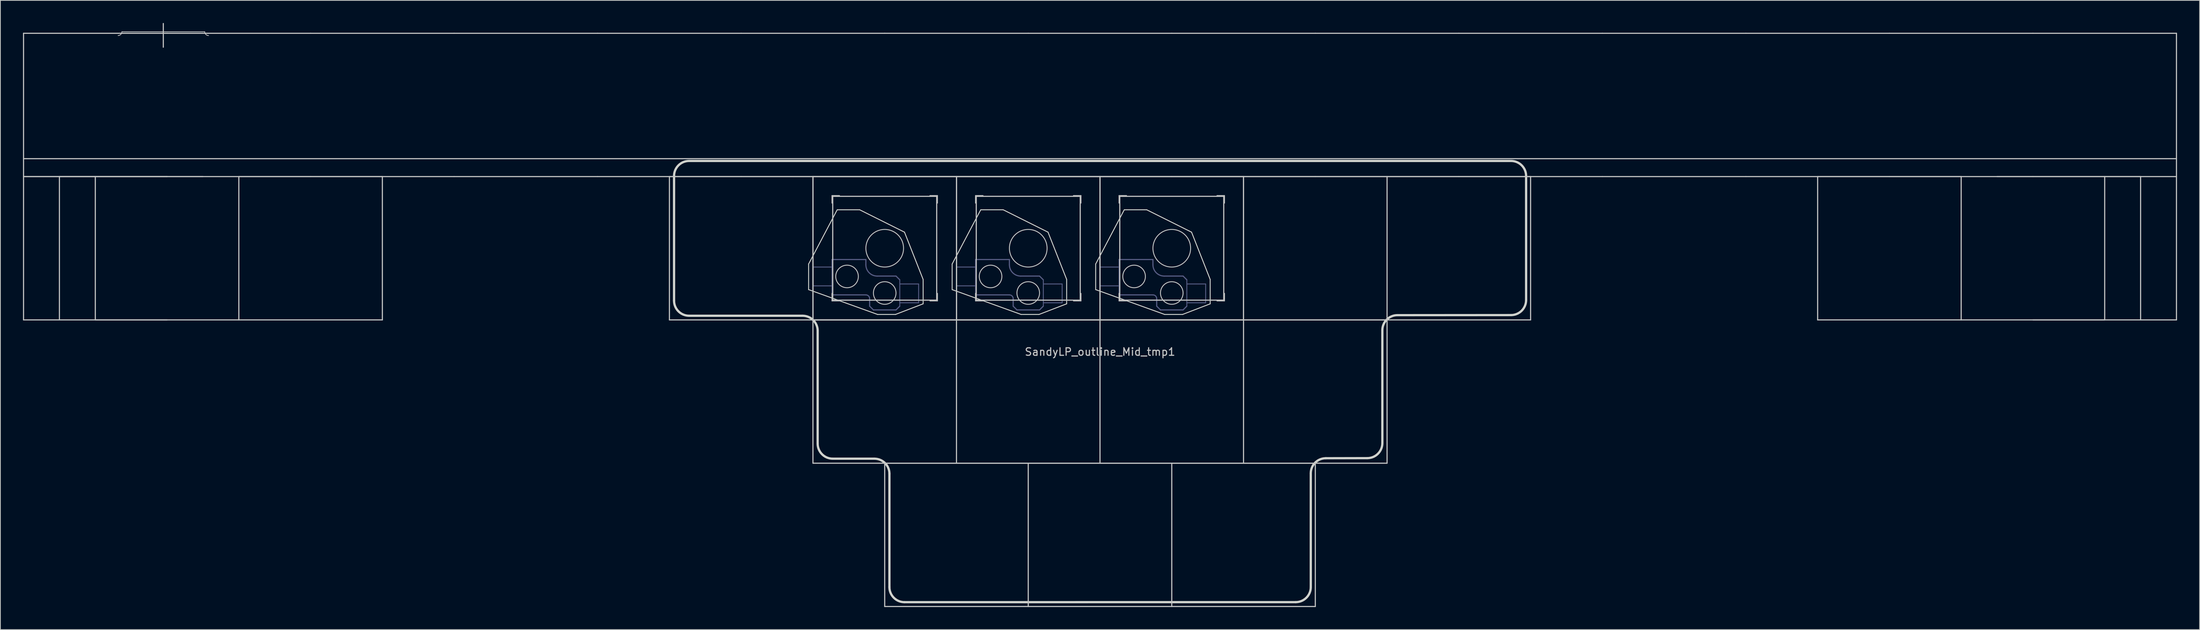
<source format=kicad_pcb>
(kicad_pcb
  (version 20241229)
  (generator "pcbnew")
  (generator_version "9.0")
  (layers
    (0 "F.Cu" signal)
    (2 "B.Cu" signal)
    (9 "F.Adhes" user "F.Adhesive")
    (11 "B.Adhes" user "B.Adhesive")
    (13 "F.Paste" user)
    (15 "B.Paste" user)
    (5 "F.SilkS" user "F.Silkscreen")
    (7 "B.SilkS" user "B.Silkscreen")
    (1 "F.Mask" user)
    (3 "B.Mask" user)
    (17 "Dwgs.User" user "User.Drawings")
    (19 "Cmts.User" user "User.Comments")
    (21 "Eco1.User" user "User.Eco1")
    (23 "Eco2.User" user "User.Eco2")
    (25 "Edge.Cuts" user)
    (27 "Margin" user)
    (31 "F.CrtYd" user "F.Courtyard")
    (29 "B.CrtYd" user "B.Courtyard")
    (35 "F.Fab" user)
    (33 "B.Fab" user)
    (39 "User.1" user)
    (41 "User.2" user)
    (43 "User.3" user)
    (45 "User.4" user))
  (footprint "SandyLP_outline_Mid_tmp1"
    (layer "F.Cu")
    (at 142.95 39.475)
    (property "Reference" "SandyLP_outline_Mid_tmp1" (at 0 4.25 0) (layer "Dwgs.User") (effects (font (size 1 1) (thickness 0.15))))
    (attr through_hole)
    (fp_line (start -142.875 -38.1) (end -123.825 -38.1) (stroke (width 0.15) (type solid)) (layer "Dwgs.User"))
    (fp_line (start -142.875 -19.05) (end -142.875 -38.1) (stroke (width 0.15) (type solid)) (layer "Dwgs.User"))
    (fp_line (start -142.875 -19.05) (end -142.875 0) (stroke (width 0.15) (type solid)) (layer "Dwgs.User"))
    (fp_line (start -138.113 -19.05) (end -119.062 -19.05) (stroke (width 0.15) (type solid)) (layer "Dwgs.User"))
    (fp_line (start -138.113 0) (end -138.113 -19.05) (stroke (width 0.15) (type solid)) (layer "Dwgs.User"))
    (fp_line (start -133.35 0) (end -133.35 -19.05) (stroke (width 0.15) (type solid)) (layer "Dwgs.User"))
    (fp_line (start -129.825 -38.3) (end -118.825 -38.3) (stroke (width 0.1) (type solid)) (layer "Dwgs.User"))
    (fp_line (start -124.325 -39.4) (end -124.325 -36.25) (stroke (width 0.15) (type solid)) (layer "Dwgs.User"))
    (fp_line (start -123.825 -38.1) (end -104.775 -38.1) (stroke (width 0.15) (type solid)) (layer "Dwgs.User"))
    (fp_line (start -123.825 -19.05) (end -142.875 -19.05) (stroke (width 0.15) (type solid)) (layer "Dwgs.User"))
    (fp_line (start -123.825 -19.05) (end -142.875 -19.05) (stroke (width 0.15) (type solid)) (layer "Dwgs.User"))
    (fp_line (start -123.825 0) (end -142.875 0) (stroke (width 0.15) (type solid)) (layer "Dwgs.User"))
    (fp_line (start -114.3 -19.05) (end -95.25 -19.05) (stroke (width 0.15) (type solid)) (layer "Dwgs.User"))
    (fp_line (start -114.3 0) (end -133.35 0) (stroke (width 0.15) (type solid)) (layer "Dwgs.User"))
    (fp_line (start -114.3 0) (end -114.3 -19.05) (stroke (width 0.15) (type solid)) (layer "Dwgs.User"))
    (fp_line (start -104.775 -38.1) (end -85.725 -38.1) (stroke (width 0.15) (type solid)) (layer "Dwgs.User"))
    (fp_line (start -104.775 -19.05) (end -123.825 -19.05) (stroke (width 0.15) (type solid)) (layer "Dwgs.User"))
    (fp_line (start -95.25 -19.05) (end -95.25 0) (stroke (width 0.15) (type solid)) (layer "Dwgs.User"))
    (fp_line (start -95.25 0) (end -114.3 0) (stroke (width 0.15) (type solid)) (layer "Dwgs.User"))
    (fp_line (start -85.725 -38.1) (end -66.675 -38.1) (stroke (width 0.15) (type solid)) (layer "Dwgs.User"))
    (fp_line (start -85.725 -19.05) (end -104.775 -19.05) (stroke (width 0.15) (type solid)) (layer "Dwgs.User"))
    (fp_line (start -66.675 -38.1) (end -47.625 -38.1) (stroke (width 0.15) (type solid)) (layer "Dwgs.User"))
    (fp_line (start -66.675 -19.05) (end -85.725 -19.05) (stroke (width 0.15) (type solid)) (layer "Dwgs.User"))
    (fp_line (start -57.15 -19.05) (end -38.1 -19.05) (stroke (width 0.15) (type solid)) (layer "Dwgs.User"))
    (fp_line (start -57.15 0) (end -57.15 -19.05) (stroke (width 0.15) (type solid)) (layer "Dwgs.User"))
    (fp_line (start -47.625 -38.1) (end -28.575 -38.1) (stroke (width 0.15) (type solid)) (layer "Dwgs.User"))
    (fp_line (start -47.625 -19.05) (end -66.675 -19.05) (stroke (width 0.15) (type solid)) (layer "Dwgs.User"))
    (fp_line (start -38.1 -19.05) (end -19.05 -19.05) (stroke (width 0.15) (type solid)) (layer "Dwgs.User"))
    (fp_line (start -38.1 -19.05) (end -19.05 -19.05) (stroke (width 0.15) (type solid)) (layer "Dwgs.User"))
    (fp_line (start -38.1 0) (end -57.15 0) (stroke (width 0.15) (type solid)) (layer "Dwgs.User"))
    (fp_line (start -38.1 0) (end -38.1 -19.05) (stroke (width 0.15) (type solid)) (layer "Dwgs.User"))
    (fp_line (start -38.1 0) (end -38.1 -19.05) (stroke (width 0.15) (type solid)) (layer "Dwgs.User"))
    (fp_line (start -38.1 0) (end -19.05 0) (stroke (width 0.15) (type solid)) (layer "Dwgs.User"))
    (fp_line (start -38.1 19.05) (end -38.1 0) (stroke (width 0.15) (type solid)) (layer "Dwgs.User"))
    (fp_line (start -35.575 -16.525) (end -35.575 -15.525) (stroke (width 0.12) (type solid)) (layer "Dwgs.User"))
    (fp_line (start -35.575 -16.525) (end -34.575 -16.525) (stroke (width 0.12) (type solid)) (layer "Dwgs.User"))
    (fp_line (start -35.575 -2.525) (end -35.575 -3.525) (stroke (width 0.12) (type solid)) (layer "Dwgs.User"))
    (fp_line (start -35.575 -2.525) (end -34.575 -2.525) (stroke (width 0.12) (type solid)) (layer "Dwgs.User"))
    (fp_line (start -35.475 -2.625) (end -35.475 -16.425) (stroke (width 0.15) (type solid)) (layer "Dwgs.User"))
    (fp_line (start -35.475 -2.625) (end -21.675 -2.625) (stroke (width 0.15) (type solid)) (layer "Dwgs.User"))
    (fp_line (start -28.575 -38.1) (end -9.525 -38.1) (stroke (width 0.15) (type solid)) (layer "Dwgs.User"))
    (fp_line (start -28.575 -19.05) (end -47.625 -19.05) (stroke (width 0.15) (type solid)) (layer "Dwgs.User"))
    (fp_line (start -28.575 19.05) (end -9.525 19.05) (stroke (width 0.15) (type solid)) (layer "Dwgs.User"))
    (fp_line (start -28.575 38.1) (end -28.575 19.05) (stroke (width 0.15) (type solid)) (layer "Dwgs.User"))
    (fp_line (start -21.675 -16.425) (end -35.475 -16.425) (stroke (width 0.15) (type solid)) (layer "Dwgs.User"))
    (fp_line (start -21.675 -16.425) (end -21.675 -2.625) (stroke (width 0.15) (type solid)) (layer "Dwgs.User"))
    (fp_line (start -21.575 -16.525) (end -22.575 -16.525) (stroke (width 0.12) (type solid)) (layer "Dwgs.User"))
    (fp_line (start -21.575 -16.525) (end -21.575 -15.525) (stroke (width 0.12) (type solid)) (layer "Dwgs.User"))
    (fp_line (start -21.575 -2.525) (end -22.575 -2.525) (stroke (width 0.12) (type solid)) (layer "Dwgs.User"))
    (fp_line (start -21.575 -2.525) (end -21.575 -3.525) (stroke (width 0.12) (type solid)) (layer "Dwgs.User"))
    (fp_line (start -19.05 -19.05) (end -19.05 0) (stroke (width 0.15) (type solid)) (layer "Dwgs.User"))
    (fp_line (start -19.05 -19.05) (end -19.05 0) (stroke (width 0.15) (type solid)) (layer "Dwgs.User"))
    (fp_line (start -19.05 -19.05) (end 0 -19.05) (stroke (width 0.15) (type solid)) (layer "Dwgs.User"))
    (fp_line (start -19.05 -19.05) (end 0 -19.05) (stroke (width 0.15) (type solid)) (layer "Dwgs.User"))
    (fp_line (start -19.05 0) (end -38.1 0) (stroke (width 0.15) (type solid)) (layer "Dwgs.User"))
    (fp_line (start -19.05 0) (end -38.1 0) (stroke (width 0.15) (type solid)) (layer "Dwgs.User"))
    (fp_line (start -19.05 0) (end -19.05 -19.05) (stroke (width 0.15) (type solid)) (layer "Dwgs.User"))
    (fp_line (start -19.05 0) (end 0 0) (stroke (width 0.15) (type solid)) (layer "Dwgs.User"))
    (fp_line (start -19.05 19.05) (end -38.1 19.05) (stroke (width 0.15) (type solid)) (layer "Dwgs.User"))
    (fp_line (start -19.05 19.05) (end -19.05 0) (stroke (width 0.15) (type solid)) (layer "Dwgs.User"))
    (fp_line (start -16.525 -16.525) (end -16.525 -15.525) (stroke (width 0.12) (type solid)) (layer "Dwgs.User"))
    (fp_line (start -16.525 -16.525) (end -15.525 -16.525) (stroke (width 0.12) (type solid)) (layer "Dwgs.User"))
    (fp_line (start -16.525 -2.525) (end -16.525 -3.525) (stroke (width 0.12) (type solid)) (layer "Dwgs.User"))
    (fp_line (start -16.525 -2.525) (end -15.525 -2.525) (stroke (width 0.12) (type solid)) (layer "Dwgs.User"))
    (fp_line (start -16.425 -2.625) (end -16.425 -16.425) (stroke (width 0.15) (type solid)) (layer "Dwgs.User"))
    (fp_line (start -16.425 -2.625) (end -2.625 -2.625) (stroke (width 0.15) (type solid)) (layer "Dwgs.User"))
    (fp_line (start -9.525 -38.1) (end 9.525 -38.1) (stroke (width 0.15) (type solid)) (layer "Dwgs.User"))
    (fp_line (start -9.525 -19.05) (end -28.575 -19.05) (stroke (width 0.15) (type solid)) (layer "Dwgs.User"))
    (fp_line (start -9.525 19.05) (end 9.525 19.05) (stroke (width 0.15) (type solid)) (layer "Dwgs.User"))
    (fp_line (start -9.525 38.1) (end -28.575 38.1) (stroke (width 0.15) (type solid)) (layer "Dwgs.User"))
    (fp_line (start -9.525 38.1) (end -9.525 19.05) (stroke (width 0.15) (type solid)) (layer "Dwgs.User"))
    (fp_line (start -2.625 -16.425) (end -16.425 -16.425) (stroke (width 0.15) (type solid)) (layer "Dwgs.User"))
    (fp_line (start -2.625 -16.425) (end -2.625 -2.625) (stroke (width 0.15) (type solid)) (layer "Dwgs.User"))
    (fp_line (start -2.525 -16.525) (end -3.525 -16.525) (stroke (width 0.12) (type solid)) (layer "Dwgs.User"))
    (fp_line (start -2.525 -16.525) (end -2.525 -15.525) (stroke (width 0.12) (type solid)) (layer "Dwgs.User"))
    (fp_line (start -2.525 -2.525) (end -3.525 -2.525) (stroke (width 0.12) (type solid)) (layer "Dwgs.User"))
    (fp_line (start -2.525 -2.525) (end -2.525 -3.525) (stroke (width 0.12) (type solid)) (layer "Dwgs.User"))
    (fp_line (start 0 -19.05) (end 0 0) (stroke (width 0.15) (type solid)) (layer "Dwgs.User"))
    (fp_line (start 0 -19.05) (end 0 0) (stroke (width 0.15) (type solid)) (layer "Dwgs.User"))
    (fp_line (start 0 -19.05) (end 19.05 -19.05) (stroke (width 0.15) (type solid)) (layer "Dwgs.User"))
    (fp_line (start 0 -19.05) (end 19.05 -19.05) (stroke (width 0.15) (type solid)) (layer "Dwgs.User"))
    (fp_line (start 0 0) (end -19.05 0) (stroke (width 0.15) (type solid)) (layer "Dwgs.User"))
    (fp_line (start 0 0) (end -19.05 0) (stroke (width 0.15) (type solid)) (layer "Dwgs.User"))
    (fp_line (start 0 0) (end 0 -19.05) (stroke (width 0.15) (type solid)) (layer "Dwgs.User"))
    (fp_line (start 0 0) (end 19.05 0) (stroke (width 0.15) (type solid)) (layer "Dwgs.User"))
    (fp_line (start 0 19.05) (end -19.05 19.05) (stroke (width 0.15) (type solid)) (layer "Dwgs.User"))
    (fp_line (start 0 19.05) (end 0 0) (stroke (width 0.15) (type solid)) (layer "Dwgs.User"))
    (fp_line (start 2.525 -16.525) (end 2.525 -15.525) (stroke (width 0.12) (type solid)) (layer "Dwgs.User"))
    (fp_line (start 2.525 -16.525) (end 3.525 -16.525) (stroke (width 0.12) (type solid)) (layer "Dwgs.User"))
    (fp_line (start 2.525 -2.525) (end 2.525 -3.525) (stroke (width 0.12) (type solid)) (layer "Dwgs.User"))
    (fp_line (start 2.525 -2.525) (end 3.525 -2.525) (stroke (width 0.12) (type solid)) (layer "Dwgs.User"))
    (fp_line (start 2.625 -2.625) (end 2.625 -16.425) (stroke (width 0.15) (type solid)) (layer "Dwgs.User"))
    (fp_line (start 2.625 -2.625) (end 16.425 -2.625) (stroke (width 0.15) (type solid)) (layer "Dwgs.User"))
    (fp_line (start 9.525 -38.1) (end 28.575 -38.1) (stroke (width 0.15) (type solid)) (layer "Dwgs.User"))
    (fp_line (start 9.525 -19.05) (end -9.525 -19.05) (stroke (width 0.15) (type solid)) (layer "Dwgs.User"))
    (fp_line (start 9.525 19.05) (end 28.575 19.05) (stroke (width 0.15) (type solid)) (layer "Dwgs.User"))
    (fp_line (start 9.525 38.1) (end -9.525 38.1) (stroke (width 0.15) (type solid)) (layer "Dwgs.User"))
    (fp_line (start 9.525 38.1) (end 9.525 19.05) (stroke (width 0.15) (type solid)) (layer "Dwgs.User"))
    (fp_line (start 16.425 -16.425) (end 2.625 -16.425) (stroke (width 0.15) (type solid)) (layer "Dwgs.User"))
    (fp_line (start 16.425 -16.425) (end 16.425 -2.625) (stroke (width 0.15) (type solid)) (layer "Dwgs.User"))
    (fp_line (start 16.525 -16.525) (end 15.525 -16.525) (stroke (width 0.12) (type solid)) (layer "Dwgs.User"))
    (fp_line (start 16.525 -16.525) (end 16.525 -15.525) (stroke (width 0.12) (type solid)) (layer "Dwgs.User"))
    (fp_line (start 16.525 -2.525) (end 15.525 -2.525) (stroke (width 0.12) (type solid)) (layer "Dwgs.User"))
    (fp_line (start 16.525 -2.525) (end 16.525 -3.525) (stroke (width 0.12) (type solid)) (layer "Dwgs.User"))
    (fp_line (start 19.05 -19.05) (end 19.05 0) (stroke (width 0.15) (type solid)) (layer "Dwgs.User"))
    (fp_line (start 19.05 -19.05) (end 38.1 -19.05) (stroke (width 0.15) (type solid)) (layer "Dwgs.User"))
    (fp_line (start 19.05 0) (end 0 0) (stroke (width 0.15) (type solid)) (layer "Dwgs.User"))
    (fp_line (start 19.05 0) (end 0 0) (stroke (width 0.15) (type solid)) (layer "Dwgs.User"))
    (fp_line (start 19.05 0) (end 19.05 -19.05) (stroke (width 0.15) (type solid)) (layer "Dwgs.User"))
    (fp_line (start 19.05 0) (end 38.1 0) (stroke (width 0.15) (type solid)) (layer "Dwgs.User"))
    (fp_line (start 19.05 19.05) (end 0 19.05) (stroke (width 0.15) (type solid)) (layer "Dwgs.User"))
    (fp_line (start 19.05 19.05) (end 19.05 0) (stroke (width 0.15) (type solid)) (layer "Dwgs.User"))
    (fp_line (start 28.575 -38.1) (end 47.625 -38.1) (stroke (width 0.15) (type solid)) (layer "Dwgs.User"))
    (fp_line (start 28.575 -19.05) (end 9.525 -19.05) (stroke (width 0.15) (type solid)) (layer "Dwgs.User"))
    (fp_line (start 28.575 19.05) (end 28.575 38.1) (stroke (width 0.15) (type solid)) (layer "Dwgs.User"))
    (fp_line (start 28.575 38.1) (end 9.525 38.1) (stroke (width 0.15) (type solid)) (layer "Dwgs.User"))
    (fp_line (start 38.1 -19.05) (end 38.1 0) (stroke (width 0.15) (type solid)) (layer "Dwgs.User"))
    (fp_line (start 38.1 -19.05) (end 57.15 -19.05) (stroke (width 0.15) (type solid)) (layer "Dwgs.User"))
    (fp_line (start 38.1 0) (end 19.05 0) (stroke (width 0.15) (type solid)) (layer "Dwgs.User"))
    (fp_line (start 38.1 0) (end 38.1 19.05) (stroke (width 0.15) (type solid)) (layer "Dwgs.User"))
    (fp_line (start 38.1 19.05) (end 19.05 19.05) (stroke (width 0.15) (type solid)) (layer "Dwgs.User"))
    (fp_line (start 47.625 -38.1) (end 66.675 -38.1) (stroke (width 0.15) (type solid)) (layer "Dwgs.User"))
    (fp_line (start 47.625 -19.05) (end 28.575 -19.05) (stroke (width 0.15) (type solid)) (layer "Dwgs.User"))
    (fp_line (start 57.15 -19.05) (end 57.15 0) (stroke (width 0.15) (type solid)) (layer "Dwgs.User"))
    (fp_line (start 57.15 0) (end 38.1 0) (stroke (width 0.15) (type solid)) (layer "Dwgs.User"))
    (fp_line (start 66.675 -38.1) (end 85.725 -38.1) (stroke (width 0.15) (type solid)) (layer "Dwgs.User"))
    (fp_line (start 66.675 -19.05) (end 47.625 -19.05) (stroke (width 0.15) (type solid)) (layer "Dwgs.User"))
    (fp_line (start 85.725 -38.1) (end 104.775 -38.1) (stroke (width 0.15) (type solid)) (layer "Dwgs.User"))
    (fp_line (start 85.725 -19.05) (end 66.675 -19.05) (stroke (width 0.15) (type solid)) (layer "Dwgs.User"))
    (fp_line (start 95.25 -19.05) (end 114.3 -19.05) (stroke (width 0.15) (type solid)) (layer "Dwgs.User"))
    (fp_line (start 95.25 0) (end 95.25 -19.05) (stroke (width 0.15) (type solid)) (layer "Dwgs.User"))
    (fp_line (start 104.775 -38.1) (end 123.825 -38.1) (stroke (width 0.15) (type solid)) (layer "Dwgs.User"))
    (fp_line (start 104.775 -19.05) (end 85.725 -19.05) (stroke (width 0.15) (type solid)) (layer "Dwgs.User"))
    (fp_line (start 114.3 -19.05) (end 114.3 0) (stroke (width 0.15) (type solid)) (layer "Dwgs.User"))
    (fp_line (start 114.3 0) (end 95.25 0) (stroke (width 0.15) (type solid)) (layer "Dwgs.User"))
    (fp_line (start 119.062 -19.05) (end 138.113 -19.05) (stroke (width 0.15) (type solid)) (layer "Dwgs.User"))
    (fp_line (start 123.825 -38.1) (end 142.875 -38.1) (stroke (width 0.15) (type solid)) (layer "Dwgs.User"))
    (fp_line (start 123.825 -19.05) (end 104.775 -19.05) (stroke (width 0.15) (type solid)) (layer "Dwgs.User"))
    (fp_line (start 133.35 0) (end 114.3 0) (stroke (width 0.15) (type solid)) (layer "Dwgs.User"))
    (fp_line (start 133.35 0) (end 133.35 -19.05) (stroke (width 0.15) (type solid)) (layer "Dwgs.User"))
    (fp_line (start 138.113 0) (end 138.113 -19.05) (stroke (width 0.15) (type solid)) (layer "Dwgs.User"))
    (fp_line (start 142.875 -38.1) (end 142.875 -19.05) (stroke (width 0.15) (type solid)) (layer "Dwgs.User"))
    (fp_line (start 142.875 -21.431) (end -142.875 -21.431) (stroke (width 0.15) (type solid)) (layer "Dwgs.User"))
    (fp_line (start 142.875 -19.05) (end 123.825 -19.05) (stroke (width 0.15) (type solid)) (layer "Dwgs.User"))
    (fp_line (start 142.875 -19.05) (end 142.875 0) (stroke (width 0.15) (type solid)) (layer "Dwgs.User"))
    (fp_line (start 142.875 0) (end 123.825 0) (stroke (width 0.15) (type solid)) (layer "Dwgs.User"))
    (fp_arc (start -129.825 -38.30004) (mid -129.971447 -37.946487) (end -130.325 -37.80004) (stroke (width 0.1) (type solid)) (layer "Dwgs.User"))
    (fp_arc (start -118.325 -37.80004) (mid -118.678553 -37.946487) (end -118.825 -38.30004) (stroke (width 0.1) (type solid)) (layer "Dwgs.User"))
    (fp_circle (center -33.575 -5.775) (end -32.075 -5.775) (stroke (width 0.12) (type default)) (fill no) (layer "Dwgs.User"))
    (fp_circle (center -28.575 -9.525) (end -26.075 -9.525) (stroke (width 0.12) (type default)) (fill no) (layer "Dwgs.User"))
    (fp_circle (center -28.575 -3.575) (end -27.075 -3.575) (stroke (width 0.12) (type default)) (fill no) (layer "Dwgs.User"))
    (fp_circle (center -14.525 -5.775) (end -13.025 -5.775) (stroke (width 0.12) (type default)) (fill no) (layer "Dwgs.User"))
    (fp_circle (center -9.525 -9.525) (end -7.025 -9.525) (stroke (width 0.12) (type default)) (fill no) (layer "Dwgs.User"))
    (fp_circle (center -9.525 -3.575) (end -8.025 -3.575) (stroke (width 0.12) (type default)) (fill no) (layer "Dwgs.User"))
    (fp_circle (center 4.525 -5.775) (end 6.025 -5.775) (stroke (width 0.12) (type default)) (fill no) (layer "Dwgs.User"))
    (fp_circle (center 9.525 -9.525) (end 12.025 -9.525) (stroke (width 0.12) (type default)) (fill no) (layer "Dwgs.User"))
    (fp_circle (center 9.525 -3.575) (end 11.025 -3.575) (stroke (width 0.12) (type default)) (fill no) (layer "Dwgs.User"))
    (fp_line (start -138.144 -2.628) (end -138.144 -19.146) (stroke (width 0.3) (type solid)) (layer "Eco2.User"))
    (fp_line (start -136.144 -21.146) (end -97.845 -21.146) (stroke (width 0.3) (type solid)) (layer "Eco2.User"))
    (fp_line (start -136.144 -0.628) (end -97.855 -0.614) (stroke (width 0.3) (type solid)) (layer "Eco2.User"))
    (fp_line (start -95.855 -2.614) (end -95.845 -19.146) (stroke (width 0.3) (type solid)) (layer "Eco2.User"))
    (fp_line (start 95.805 -2.643) (end 95.805 -19.146) (stroke (width 0.3) (type solid)) (layer "Eco2.User"))
    (fp_line (start 97.805 -21.146) (end 135.722 -21.146) (stroke (width 0.3) (type solid)) (layer "Eco2.User"))
    (fp_line (start 97.805 -0.643) (end 135.713 -0.628) (stroke (width 0.3) (type solid)) (layer "Eco2.User"))
    (fp_line (start 137.713 -2.628) (end 137.722 -19.146) (stroke (width 0.3) (type solid)) (layer "Eco2.User"))
    (fp_arc (start -138.14375 -19.145504) (mid -137.557964 -20.559718) (end -136.14375 -21.145504) (stroke (width 0.3) (type solid)) (layer "Eco2.User"))
    (fp_arc (start -136.14375 -0.628468) (mid -137.557964 -1.214254) (end -138.14375 -2.628468) (stroke (width 0.3) (type solid)) (layer "Eco2.User"))
    (fp_arc (start -97.845 -21.145504) (mid -96.430774 -20.55973) (end -95.845 -19.145504) (stroke (width 0.3) (type solid)) (layer "Eco2.User"))
    (fp_arc (start -95.855 -2.614254) (mid -96.440786 -1.20004) (end -97.855 -0.614254) (stroke (width 0.3) (type solid)) (layer "Eco2.User"))
    (fp_arc (start 95.805 -19.145504) (mid 96.39077 -20.559747) (end 97.805 -21.145504) (stroke (width 0.3) (type solid)) (layer "Eco2.User"))
    (fp_arc (start 97.805 -0.642682) (mid 96.390786 -1.228468) (end 95.805 -2.642682) (stroke (width 0.3) (type solid)) (layer "Eco2.User"))
    (fp_arc (start 135.7225 -21.145504) (mid 137.136697 -20.559715) (end 137.7225 -19.145504) (stroke (width 0.3) (type solid)) (layer "Eco2.User"))
    (fp_arc (start 137.7125 -2.628468) (mid 137.126702 -1.214275) (end 135.7125 -0.628468) (stroke (width 0.3) (type solid)) (layer "Eco2.User"))
    (fp_line (start -56.535 -2.55) (end -56.535 -19.131) (stroke (width 0.3) (type solid)) (layer "Edge.Cuts"))
    (fp_line (start -54.535 -0.55) (end -39.475 -0.55) (stroke (width 0.3) (type solid)) (layer "Edge.Cuts"))
    (fp_line (start -38.675 -7.425) (end -34.88 -14.639) (stroke (width 0.12) (type default)) (layer "Edge.Cuts"))
    (fp_line (start -38.675 -4.025) (end -38.675 -7.425) (stroke (width 0.12) (type default)) (layer "Edge.Cuts"))
    (fp_line (start -37.475 16.45) (end -37.475 1.45) (stroke (width 0.3) (type solid)) (layer "Edge.Cuts"))
    (fp_line (start -35.475 18.45) (end -29.95 18.45) (stroke (width 0.3) (type solid)) (layer "Edge.Cuts"))
    (fp_line (start -34.88 -14.639) (end -31.903 -14.639) (stroke (width 0.12) (type default)) (layer "Edge.Cuts"))
    (fp_line (start -31.903 -14.639) (end -25.95 -11.662) (stroke (width 0.12) (type default)) (layer "Edge.Cuts"))
    (fp_line (start -29.522 -0.725) (end -38.675 -4.025) (stroke (width 0.12) (type default)) (layer "Edge.Cuts"))
    (fp_line (start -27.95 35.525) (end -27.95 20.45) (stroke (width 0.3) (type solid)) (layer "Edge.Cuts"))
    (fp_line (start -27.141 -0.725) (end -29.522 -0.725) (stroke (width 0.12) (type default)) (layer "Edge.Cuts"))
    (fp_line (start -27.141 -0.725) (end -23.475 -2.137) (stroke (width 0.12) (type default)) (layer "Edge.Cuts"))
    (fp_line (start -25.95 37.525) (end 25.975 37.521) (stroke (width 0.3) (type solid)) (layer "Edge.Cuts"))
    (fp_line (start -25.95 -11.662) (end -23.475 -5.375) (stroke (width 0.12) (type default)) (layer "Edge.Cuts"))
    (fp_line (start -23.475 -5.375) (end -23.475 -2.137) (stroke (width 0.12) (type default)) (layer "Edge.Cuts"))
    (fp_line (start -19.625 -7.425) (end -15.83 -14.639) (stroke (width 0.12) (type default)) (layer "Edge.Cuts"))
    (fp_line (start -19.625 -4.025) (end -19.625 -7.425) (stroke (width 0.12) (type default)) (layer "Edge.Cuts"))
    (fp_line (start -15.83 -14.639) (end -12.853 -14.639) (stroke (width 0.12) (type default)) (layer "Edge.Cuts"))
    (fp_line (start -12.853 -14.639) (end -6.9 -11.662) (stroke (width 0.12) (type default)) (layer "Edge.Cuts"))
    (fp_line (start -10.472 -0.725) (end -19.625 -4.025) (stroke (width 0.12) (type default)) (layer "Edge.Cuts"))
    (fp_line (start -8.091 -0.725) (end -10.472 -0.725) (stroke (width 0.12) (type default)) (layer "Edge.Cuts"))
    (fp_line (start -8.091 -0.725) (end -4.425 -2.137) (stroke (width 0.12) (type default)) (layer "Edge.Cuts"))
    (fp_line (start -6.9 -11.662) (end -4.425 -5.375) (stroke (width 0.12) (type default)) (layer "Edge.Cuts"))
    (fp_line (start -4.425 -5.375) (end -4.425 -2.137) (stroke (width 0.12) (type default)) (layer "Edge.Cuts"))
    (fp_line (start -0.575 -7.425) (end 3.22 -14.639) (stroke (width 0.12) (type default)) (layer "Edge.Cuts"))
    (fp_line (start -0.575 -4.025) (end -0.575 -7.425) (stroke (width 0.12) (type default)) (layer "Edge.Cuts"))
    (fp_line (start 3.22 -14.639) (end 6.197 -14.639) (stroke (width 0.12) (type default)) (layer "Edge.Cuts"))
    (fp_line (start 6.197 -14.639) (end 12.15 -11.662) (stroke (width 0.12) (type default)) (layer "Edge.Cuts"))
    (fp_line (start 8.578 -0.725) (end -0.575 -4.025) (stroke (width 0.12) (type default)) (layer "Edge.Cuts"))
    (fp_line (start 10.959 -0.725) (end 8.578 -0.725) (stroke (width 0.12) (type default)) (layer "Edge.Cuts"))
    (fp_line (start 10.959 -0.725) (end 14.625 -2.137) (stroke (width 0.12) (type default)) (layer "Edge.Cuts"))
    (fp_line (start 12.15 -11.662) (end 14.625 -5.375) (stroke (width 0.12) (type default)) (layer "Edge.Cuts"))
    (fp_line (start 14.625 -5.375) (end 14.625 -2.137) (stroke (width 0.12) (type default)) (layer "Edge.Cuts"))
    (fp_line (start 27.975 35.521) (end 27.975 20.389) (stroke (width 0.3) (type solid)) (layer "Edge.Cuts"))
    (fp_line (start 29.975 18.389) (end 35.475 18.379) (stroke (width 0.3) (type solid)) (layer "Edge.Cuts"))
    (fp_line (start 37.475 16.379) (end 37.475 1.372) (stroke (width 0.3) (type solid)) (layer "Edge.Cuts"))
    (fp_line (start 39.475 -0.628) (end 54.555 -0.638) (stroke (width 0.3) (type solid)) (layer "Edge.Cuts"))
    (fp_line (start 54.555 -21.131) (end -54.535 -21.131) (stroke (width 0.3) (type solid)) (layer "Edge.Cuts"))
    (fp_line (start 56.555 -2.638) (end 56.555 -19.131) (stroke (width 0.3) (type solid)) (layer "Edge.Cuts"))
    (fp_arc (start -56.535 -19.13129) (mid -55.949214 -20.545504) (end -54.535 -21.13129) (stroke (width 0.3) (type solid)) (layer "Edge.Cuts"))
    (fp_arc (start -54.535 -0.55004) (mid -55.949214 -1.135826) (end -56.535 -2.55004) (stroke (width 0.3) (type solid)) (layer "Edge.Cuts"))
    (fp_arc (start -39.475 -0.55004) (mid -38.060786 0.035746) (end -37.475 1.44996) (stroke (width 0.3) (type solid)) (layer "Edge.Cuts"))
    (fp_arc (start -35.475 18.44996) (mid -36.889214 17.864174) (end -37.475 16.44996) (stroke (width 0.3) (type solid)) (layer "Edge.Cuts"))
    (fp_arc (start -29.95 18.44996) (mid -28.535786 19.035746) (end -27.95 20.44996) (stroke (width 0.3) (type solid)) (layer "Edge.Cuts"))
    (fp_arc (start -25.95 37.52496) (mid -27.364214 36.939174) (end -27.95 35.52496) (stroke (width 0.3) (type solid)) (layer "Edge.Cuts"))
    (fp_arc (start 27.975 20.389174) (mid 28.560766 18.974948) (end 29.975 18.389174) (stroke (width 0.3) (type solid)) (layer "Edge.Cuts"))
    (fp_arc (start 27.975 35.520746) (mid 27.389196 36.934942) (end 25.975 37.520746) (stroke (width 0.3) (type solid)) (layer "Edge.Cuts"))
    (fp_arc (start 37.475 1.371532) (mid 38.060786 -0.042683) (end 39.475 -0.628468) (stroke (width 0.3) (type solid)) (layer "Edge.Cuts"))
    (fp_arc (start 37.475 16.379174) (mid 36.889193 17.793375) (end 35.475 18.379174) (stroke (width 0.3) (type solid)) (layer "Edge.Cuts"))
    (fp_arc (start 54.555 -21.13129) (mid 55.969228 -20.545506) (end 56.555 -19.13129) (stroke (width 0.3) (type solid)) (layer "Edge.Cuts"))
    (fp_arc (start 56.555 -2.638468) (mid 55.969213 -1.224256) (end 54.555 -0.638468) (stroke (width 0.3) (type solid)) (layer "Edge.Cuts"))
    (fp_line (start -38.075 -7.025) (end -35.575 -7.025) (stroke (width 0.12) (type solid)) (layer "B.Fab"))
    (fp_line (start -38.075 -4.525) (end -38.075 -7.025) (stroke (width 0.12) (type solid)) (layer "B.Fab"))
    (fp_line (start -35.575 -8.025) (end -35.575 -3.325) (stroke (width 0.12) (type solid)) (layer "B.Fab"))
    (fp_line (start -35.575 -4.525) (end -38.075 -4.525) (stroke (width 0.12) (type solid)) (layer "B.Fab"))
    (fp_line (start -35.575 -3.325) (end -31.075 -3.325) (stroke (width 0.15) (type solid)) (layer "B.Fab"))
    (fp_line (start -31.075 -8.025) (end -35.575 -8.025) (stroke (width 0.15) (type solid)) (layer "B.Fab"))
    (fp_line (start -31.075 -7.325) (end -31.075 -8.025) (stroke (width 0.15) (type solid)) (layer "B.Fab"))
    (fp_line (start -30.575 -2.825) (end -30.575 -1.825) (stroke (width 0.15) (type solid)) (layer "B.Fab"))
    (fp_line (start -30.075 -1.325) (end -30.575 -1.825) (stroke (width 0.15) (type solid)) (layer "B.Fab"))
    (fp_line (start -27.075 -5.825) (end -29.575 -5.825) (stroke (width 0.15) (type solid)) (layer "B.Fab"))
    (fp_line (start -27.075 -1.325) (end -30.075 -1.325) (stroke (width 0.15) (type solid)) (layer "B.Fab"))
    (fp_line (start -26.575 -5.325) (end -27.075 -5.825) (stroke (width 0.15) (type solid)) (layer "B.Fab"))
    (fp_line (start -26.575 -5.275) (end -26.575 -1.825) (stroke (width 0.12) (type solid)) (layer "B.Fab"))
    (fp_line (start -26.575 -4.775) (end -24.075 -4.775) (stroke (width 0.12) (type solid)) (layer "B.Fab"))
    (fp_line (start -26.575 -1.825) (end -27.075 -1.325) (stroke (width 0.15) (type solid)) (layer "B.Fab"))
    (fp_line (start -24.075 -4.775) (end -24.075 -2.275) (stroke (width 0.12) (type solid)) (layer "B.Fab"))
    (fp_line (start -24.075 -2.275) (end -26.575 -2.275) (stroke (width 0.12) (type solid)) (layer "B.Fab"))
    (fp_line (start -19.025 -7.025) (end -16.525 -7.025) (stroke (width 0.12) (type solid)) (layer "B.Fab"))
    (fp_line (start -19.025 -4.525) (end -19.025 -7.025) (stroke (width 0.12) (type solid)) (layer "B.Fab"))
    (fp_line (start -16.525 -8.025) (end -16.525 -3.325) (stroke (width 0.12) (type solid)) (layer "B.Fab"))
    (fp_line (start -16.525 -4.525) (end -19.025 -4.525) (stroke (width 0.12) (type solid)) (layer "B.Fab"))
    (fp_line (start -16.525 -3.325) (end -12.025 -3.325) (stroke (width 0.15) (type solid)) (layer "B.Fab"))
    (fp_line (start -12.025 -8.025) (end -16.525 -8.025) (stroke (width 0.15) (type solid)) (layer "B.Fab"))
    (fp_line (start -12.025 -7.325) (end -12.025 -8.025) (stroke (width 0.15) (type solid)) (layer "B.Fab"))
    (fp_line (start -11.525 -2.825) (end -11.525 -1.825) (stroke (width 0.15) (type solid)) (layer "B.Fab"))
    (fp_line (start -11.025 -1.325) (end -11.525 -1.825) (stroke (width 0.15) (type solid)) (layer "B.Fab"))
    (fp_line (start -8.025 -5.825) (end -10.525 -5.825) (stroke (width 0.15) (type solid)) (layer "B.Fab"))
    (fp_line (start -8.025 -1.325) (end -11.025 -1.325) (stroke (width 0.15) (type solid)) (layer "B.Fab"))
    (fp_line (start -7.525 -5.325) (end -8.025 -5.825) (stroke (width 0.15) (type solid)) (layer "B.Fab"))
    (fp_line (start -7.525 -5.275) (end -7.525 -1.825) (stroke (width 0.12) (type solid)) (layer "B.Fab"))
    (fp_line (start -7.525 -4.775) (end -5.025 -4.775) (stroke (width 0.12) (type solid)) (layer "B.Fab"))
    (fp_line (start -7.525 -1.825) (end -8.025 -1.325) (stroke (width 0.15) (type solid)) (layer "B.Fab"))
    (fp_line (start -5.025 -4.775) (end -5.025 -2.275) (stroke (width 0.12) (type solid)) (layer "B.Fab"))
    (fp_line (start -5.025 -2.275) (end -7.525 -2.275) (stroke (width 0.12) (type solid)) (layer "B.Fab"))
    (fp_line (start 0.025 -7.025) (end 2.525 -7.025) (stroke (width 0.12) (type solid)) (layer "B.Fab"))
    (fp_line (start 0.025 -4.525) (end 0.025 -7.025) (stroke (width 0.12) (type solid)) (layer "B.Fab"))
    (fp_line (start 2.525 -8.025) (end 2.525 -3.325) (stroke (width 0.12) (type solid)) (layer "B.Fab"))
    (fp_line (start 2.525 -4.525) (end 0.025 -4.525) (stroke (width 0.12) (type solid)) (layer "B.Fab"))
    (fp_line (start 2.525 -3.325) (end 7.025 -3.325) (stroke (width 0.15) (type solid)) (layer "B.Fab"))
    (fp_line (start 7.025 -8.025) (end 2.525 -8.025) (stroke (width 0.15) (type solid)) (layer "B.Fab"))
    (fp_line (start 7.025 -7.325) (end 7.025 -8.025) (stroke (width 0.15) (type solid)) (layer "B.Fab"))
    (fp_line (start 7.525 -2.825) (end 7.525 -1.825) (stroke (width 0.15) (type solid)) (layer "B.Fab"))
    (fp_line (start 8.025 -1.325) (end 7.525 -1.825) (stroke (width 0.15) (type solid)) (layer "B.Fab"))
    (fp_line (start 11.025 -5.825) (end 8.525 -5.825) (stroke (width 0.15) (type solid)) (layer "B.Fab"))
    (fp_line (start 11.025 -1.325) (end 8.025 -1.325) (stroke (width 0.15) (type solid)) (layer "B.Fab"))
    (fp_line (start 11.525 -5.325) (end 11.025 -5.825) (stroke (width 0.15) (type solid)) (layer "B.Fab"))
    (fp_line (start 11.525 -5.275) (end 11.525 -1.825) (stroke (width 0.12) (type solid)) (layer "B.Fab"))
    (fp_line (start 11.525 -4.775) (end 14.025 -4.775) (stroke (width 0.12) (type solid)) (layer "B.Fab"))
    (fp_line (start 11.525 -1.825) (end 11.025 -1.325) (stroke (width 0.15) (type solid)) (layer "B.Fab"))
    (fp_line (start 14.025 -4.775) (end 14.025 -2.275) (stroke (width 0.12) (type solid)) (layer "B.Fab"))
    (fp_line (start 14.025 -2.275) (end 11.525 -2.275) (stroke (width 0.12) (type solid)) (layer "B.Fab"))
    (fp_arc (start -31.075 -3.325) (mid -30.721447 -3.178553) (end -30.575 -2.825) (stroke (width 0.15) (type solid)) (layer "B.Fab"))
    (fp_arc (start -29.575 -5.825) (mid -30.63566 -6.26434) (end -31.075 -7.325) (stroke (width 0.15) (type solid)) (layer "B.Fab"))
    (fp_arc (start -12.025 -3.325) (mid -11.671447 -3.178553) (end -11.525 -2.825) (stroke (width 0.15) (type solid)) (layer "B.Fab"))
    (fp_arc (start -10.525 -5.825) (mid -11.58566 -6.26434) (end -12.025 -7.325) (stroke (width 0.15) (type solid)) (layer "B.Fab"))
    (fp_arc (start 7.025 -3.325) (mid 7.378553 -3.178553) (end 7.525 -2.825) (stroke (width 0.15) (type solid)) (layer "B.Fab"))
    (fp_arc (start 8.525 -5.825) (mid 7.46434 -6.26434) (end 7.025 -7.325) (stroke (width 0.15) (type solid)) (layer "B.Fab")))
  (gr_rect
    (start -3 -3)
    (end 288.9 80.65)
    (stroke (width 0.1) (type default))
    (fill no)
    (layer "Edge.Cuts")))
</source>
